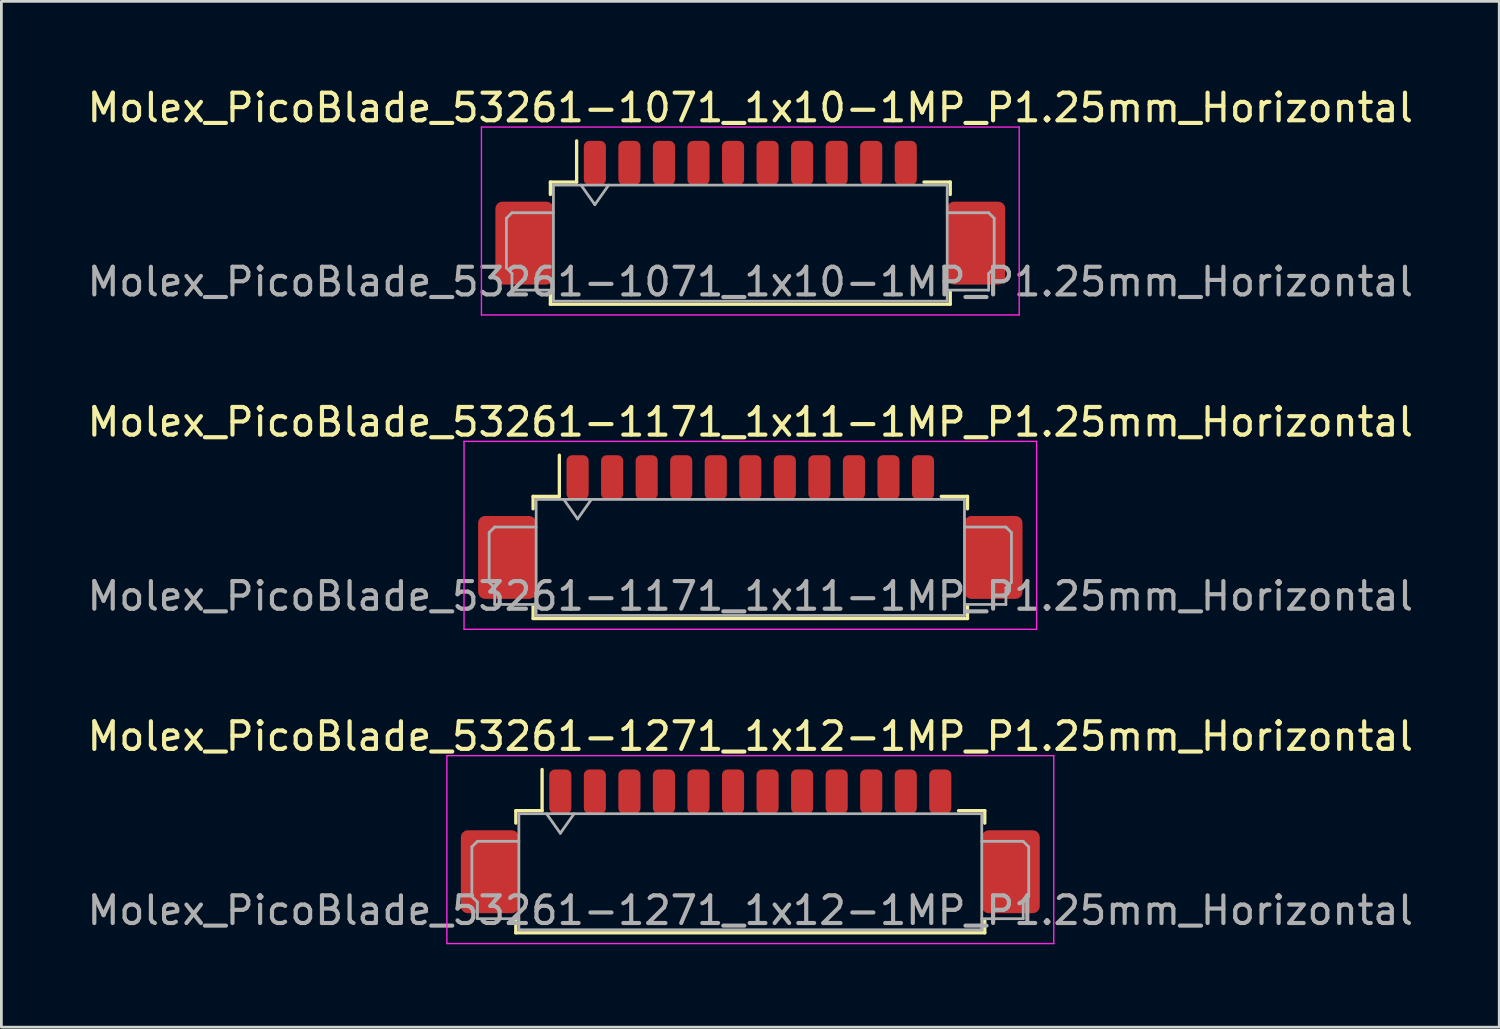
<source format=kicad_pcb>
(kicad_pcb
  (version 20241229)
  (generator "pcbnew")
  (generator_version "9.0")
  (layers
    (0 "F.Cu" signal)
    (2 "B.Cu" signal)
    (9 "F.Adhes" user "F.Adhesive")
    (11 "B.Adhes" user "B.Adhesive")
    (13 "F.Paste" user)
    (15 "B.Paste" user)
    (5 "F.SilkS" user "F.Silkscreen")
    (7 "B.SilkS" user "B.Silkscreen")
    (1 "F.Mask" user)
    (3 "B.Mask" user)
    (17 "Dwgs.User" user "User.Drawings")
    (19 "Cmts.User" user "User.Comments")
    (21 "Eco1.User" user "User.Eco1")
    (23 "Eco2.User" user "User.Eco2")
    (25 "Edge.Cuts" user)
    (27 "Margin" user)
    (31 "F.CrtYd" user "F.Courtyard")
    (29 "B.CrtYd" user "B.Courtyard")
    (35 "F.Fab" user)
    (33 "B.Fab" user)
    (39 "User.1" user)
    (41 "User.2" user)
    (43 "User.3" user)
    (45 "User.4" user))
  (footprint "Molex_PicoBlade_53261-1171_1x11-1MP_P1.25mm_Horizontal"
    (layer "F.Cu")
    (at 24.101 16.622)
    (property "Reference" "Molex_PicoBlade_53261-1171_1x11-1MP_P1.25mm_Horizontal" (at 0 -4.4 0) (layer "F.SilkS") (effects (font (size 1 1) (thickness 0.15))))
    (attr smd)
    (fp_line (start -7.86 -1.71) (end -6.91 -1.71) (stroke (width 0.12) (type solid)) (layer "F.SilkS"))
    (fp_line (start -7.86 -1.26) (end -7.86 -1.71) (stroke (width 0.12) (type solid)) (layer "F.SilkS"))
    (fp_line (start -7.86 2.26) (end -7.86 2.71) (stroke (width 0.12) (type solid)) (layer "F.SilkS"))
    (fp_line (start -7.86 2.71) (end 7.86 2.71) (stroke (width 0.12) (type solid)) (layer "F.SilkS"))
    (fp_line (start -6.91 -1.71) (end -6.91 -3.2) (stroke (width 0.12) (type solid)) (layer "F.SilkS"))
    (fp_line (start 7.86 -1.71) (end 6.91 -1.71) (stroke (width 0.12) (type solid)) (layer "F.SilkS"))
    (fp_line (start 7.86 -1.26) (end 7.86 -1.71) (stroke (width 0.12) (type solid)) (layer "F.SilkS"))
    (fp_line (start 7.86 2.71) (end 7.86 2.26) (stroke (width 0.12) (type solid)) (layer "F.SilkS"))
    (fp_line (start -10.36 -3.7) (end -10.36 3.1) (stroke (width 0.05) (type solid)) (layer "F.CrtYd"))
    (fp_line (start -10.36 3.1) (end 10.36 3.1) (stroke (width 0.05) (type solid)) (layer "F.CrtYd"))
    (fp_line (start 10.36 -3.7) (end -10.36 -3.7) (stroke (width 0.05) (type solid)) (layer "F.CrtYd"))
    (fp_line (start 10.36 3.1) (end 10.36 -3.7) (stroke (width 0.05) (type solid)) (layer "F.CrtYd"))
    (fp_line (start -9.45 -0.4) (end -9.45 1.4) (stroke (width 0.1) (type solid)) (layer "F.Fab"))
    (fp_line (start -9.45 1.4) (end -9.25 1.6) (stroke (width 0.1) (type solid)) (layer "F.Fab"))
    (fp_line (start -9.25 -0.6) (end -9.45 -0.4) (stroke (width 0.1) (type solid)) (layer "F.Fab"))
    (fp_line (start -9.25 1.6) (end -9.25 2.2) (stroke (width 0.1) (type solid)) (layer "F.Fab"))
    (fp_line (start -9.25 2.2) (end -7.75 2.2) (stroke (width 0.1) (type solid)) (layer "F.Fab"))
    (fp_line (start -7.75 -1.6) (end -7.75 2.6) (stroke (width 0.1) (type solid)) (layer "F.Fab"))
    (fp_line (start -7.75 -1.6) (end 7.75 -1.6) (stroke (width 0.1) (type solid)) (layer "F.Fab"))
    (fp_line (start -7.75 -0.6) (end -9.25 -0.6) (stroke (width 0.1) (type solid)) (layer "F.Fab"))
    (fp_line (start -7.75 2.6) (end 7.75 2.6) (stroke (width 0.1) (type solid)) (layer "F.Fab"))
    (fp_line (start -6.75 -1.6) (end -6.25 -0.893) (stroke (width 0.1) (type solid)) (layer "F.Fab"))
    (fp_line (start -6.25 -0.893) (end -5.75 -1.6) (stroke (width 0.1) (type solid)) (layer "F.Fab"))
    (fp_line (start 7.75 -1.6) (end 7.75 2.6) (stroke (width 0.1) (type solid)) (layer "F.Fab"))
    (fp_line (start 7.75 -0.6) (end 9.25 -0.6) (stroke (width 0.1) (type solid)) (layer "F.Fab"))
    (fp_line (start 9.25 -0.6) (end 9.45 -0.4) (stroke (width 0.1) (type solid)) (layer "F.Fab"))
    (fp_line (start 9.25 1.6) (end 9.25 2.2) (stroke (width 0.1) (type solid)) (layer "F.Fab"))
    (fp_line (start 9.25 2.2) (end 7.75 2.2) (stroke (width 0.1) (type solid)) (layer "F.Fab"))
    (fp_line (start 9.45 -0.4) (end 9.45 1.4) (stroke (width 0.1) (type solid)) (layer "F.Fab"))
    (fp_line (start 9.45 1.4) (end 9.25 1.6) (stroke (width 0.1) (type solid)) (layer "F.Fab"))
    (fp_text user "${REFERENCE}" (at 0 1.9 0) (layer "F.Fab") (effects (font (size 1 1) (thickness 0.15))))
    (pad "1" smd roundrect (at -6.25 -2.4) (size 0.8 1.6) (layers "F.Cu" "F.Mask" "F.Paste") (roundrect_rratio 0.25))
    (pad "2" smd roundrect (at -5 -2.4) (size 0.8 1.6) (layers "F.Cu" "F.Mask" "F.Paste") (roundrect_rratio 0.25))
    (pad "3" smd roundrect (at -3.75 -2.4) (size 0.8 1.6) (layers "F.Cu" "F.Mask" "F.Paste") (roundrect_rratio 0.25))
    (pad "4" smd roundrect (at -2.5 -2.4) (size 0.8 1.6) (layers "F.Cu" "F.Mask" "F.Paste") (roundrect_rratio 0.25))
    (pad "5" smd roundrect (at -1.25 -2.4) (size 0.8 1.6) (layers "F.Cu" "F.Mask" "F.Paste") (roundrect_rratio 0.25))
    (pad "6" smd roundrect (at 0 -2.4) (size 0.8 1.6) (layers "F.Cu" "F.Mask" "F.Paste") (roundrect_rratio 0.25))
    (pad "7" smd roundrect (at 1.25 -2.4) (size 0.8 1.6) (layers "F.Cu" "F.Mask" "F.Paste") (roundrect_rratio 0.25))
    (pad "8" smd roundrect (at 2.5 -2.4) (size 0.8 1.6) (layers "F.Cu" "F.Mask" "F.Paste") (roundrect_rratio 0.25))
    (pad "9" smd roundrect (at 3.75 -2.4) (size 0.8 1.6) (layers "F.Cu" "F.Mask" "F.Paste") (roundrect_rratio 0.25))
    (pad "10" smd roundrect (at 5 -2.4) (size 0.8 1.6) (layers "F.Cu" "F.Mask" "F.Paste") (roundrect_rratio 0.25))
    (pad "11" smd roundrect (at 6.25 -2.4) (size 0.8 1.6) (layers "F.Cu" "F.Mask" "F.Paste") (roundrect_rratio 0.25))
    (pad "MP" smd roundrect (at -8.8 0.5) (size 2.1 3) (layers "F.Cu" "F.Mask" "F.Paste") (roundrect_rratio 0.119))
    (pad "MP" smd roundrect (at 8.8 0.5) (size 2.1 3) (layers "F.Cu" "F.Mask" "F.Paste") (roundrect_rratio 0.119)))
  (footprint "Molex_PicoBlade_53261-1071_1x10-1MP_P1.25mm_Horizontal"
    (layer "F.Cu")
    (at 24.101 5.248)
    (property "Reference" "Molex_PicoBlade_53261-1071_1x10-1MP_P1.25mm_Horizontal" (at 0 -4.4 0) (layer "F.SilkS") (effects (font (size 1 1) (thickness 0.15))))
    (attr smd)
    (fp_line (start -7.235 -1.71) (end -6.285 -1.71) (stroke (width 0.12) (type solid)) (layer "F.SilkS"))
    (fp_line (start -7.235 -1.26) (end -7.235 -1.71) (stroke (width 0.12) (type solid)) (layer "F.SilkS"))
    (fp_line (start -7.235 2.26) (end -7.235 2.71) (stroke (width 0.12) (type solid)) (layer "F.SilkS"))
    (fp_line (start -7.235 2.71) (end 7.235 2.71) (stroke (width 0.12) (type solid)) (layer "F.SilkS"))
    (fp_line (start -6.285 -1.71) (end -6.285 -3.2) (stroke (width 0.12) (type solid)) (layer "F.SilkS"))
    (fp_line (start 7.235 -1.71) (end 6.285 -1.71) (stroke (width 0.12) (type solid)) (layer "F.SilkS"))
    (fp_line (start 7.235 -1.26) (end 7.235 -1.71) (stroke (width 0.12) (type solid)) (layer "F.SilkS"))
    (fp_line (start 7.235 2.71) (end 7.235 2.26) (stroke (width 0.12) (type solid)) (layer "F.SilkS"))
    (fp_line (start -9.73 -3.7) (end -9.73 3.1) (stroke (width 0.05) (type solid)) (layer "F.CrtYd"))
    (fp_line (start -9.73 3.1) (end 9.73 3.1) (stroke (width 0.05) (type solid)) (layer "F.CrtYd"))
    (fp_line (start 9.73 -3.7) (end -9.73 -3.7) (stroke (width 0.05) (type solid)) (layer "F.CrtYd"))
    (fp_line (start 9.73 3.1) (end 9.73 -3.7) (stroke (width 0.05) (type solid)) (layer "F.CrtYd"))
    (fp_line (start -8.825 -0.4) (end -8.825 1.4) (stroke (width 0.1) (type solid)) (layer "F.Fab"))
    (fp_line (start -8.825 1.4) (end -8.625 1.6) (stroke (width 0.1) (type solid)) (layer "F.Fab"))
    (fp_line (start -8.625 -0.6) (end -8.825 -0.4) (stroke (width 0.1) (type solid)) (layer "F.Fab"))
    (fp_line (start -8.625 1.6) (end -8.625 2.2) (stroke (width 0.1) (type solid)) (layer "F.Fab"))
    (fp_line (start -8.625 2.2) (end -7.125 2.2) (stroke (width 0.1) (type solid)) (layer "F.Fab"))
    (fp_line (start -7.125 -1.6) (end -7.125 2.6) (stroke (width 0.1) (type solid)) (layer "F.Fab"))
    (fp_line (start -7.125 -1.6) (end 7.125 -1.6) (stroke (width 0.1) (type solid)) (layer "F.Fab"))
    (fp_line (start -7.125 -0.6) (end -8.625 -0.6) (stroke (width 0.1) (type solid)) (layer "F.Fab"))
    (fp_line (start -7.125 2.6) (end 7.125 2.6) (stroke (width 0.1) (type solid)) (layer "F.Fab"))
    (fp_line (start -6.125 -1.6) (end -5.625 -0.893) (stroke (width 0.1) (type solid)) (layer "F.Fab"))
    (fp_line (start -5.625 -0.893) (end -5.125 -1.6) (stroke (width 0.1) (type solid)) (layer "F.Fab"))
    (fp_line (start 7.125 -1.6) (end 7.125 2.6) (stroke (width 0.1) (type solid)) (layer "F.Fab"))
    (fp_line (start 7.125 -0.6) (end 8.625 -0.6) (stroke (width 0.1) (type solid)) (layer "F.Fab"))
    (fp_line (start 8.625 -0.6) (end 8.825 -0.4) (stroke (width 0.1) (type solid)) (layer "F.Fab"))
    (fp_line (start 8.625 1.6) (end 8.625 2.2) (stroke (width 0.1) (type solid)) (layer "F.Fab"))
    (fp_line (start 8.625 2.2) (end 7.125 2.2) (stroke (width 0.1) (type solid)) (layer "F.Fab"))
    (fp_line (start 8.825 -0.4) (end 8.825 1.4) (stroke (width 0.1) (type solid)) (layer "F.Fab"))
    (fp_line (start 8.825 1.4) (end 8.625 1.6) (stroke (width 0.1) (type solid)) (layer "F.Fab"))
    (fp_text user "${REFERENCE}" (at 0 1.9 0) (layer "F.Fab") (effects (font (size 1 1) (thickness 0.15))))
    (pad "1" smd roundrect (at -5.625 -2.4) (size 0.8 1.6) (layers "F.Cu" "F.Mask" "F.Paste") (roundrect_rratio 0.25))
    (pad "2" smd roundrect (at -4.375 -2.4) (size 0.8 1.6) (layers "F.Cu" "F.Mask" "F.Paste") (roundrect_rratio 0.25))
    (pad "3" smd roundrect (at -3.125 -2.4) (size 0.8 1.6) (layers "F.Cu" "F.Mask" "F.Paste") (roundrect_rratio 0.25))
    (pad "4" smd roundrect (at -1.875 -2.4) (size 0.8 1.6) (layers "F.Cu" "F.Mask" "F.Paste") (roundrect_rratio 0.25))
    (pad "5" smd roundrect (at -0.625 -2.4) (size 0.8 1.6) (layers "F.Cu" "F.Mask" "F.Paste") (roundrect_rratio 0.25))
    (pad "6" smd roundrect (at 0.625 -2.4) (size 0.8 1.6) (layers "F.Cu" "F.Mask" "F.Paste") (roundrect_rratio 0.25))
    (pad "7" smd roundrect (at 1.875 -2.4) (size 0.8 1.6) (layers "F.Cu" "F.Mask" "F.Paste") (roundrect_rratio 0.25))
    (pad "8" smd roundrect (at 3.125 -2.4) (size 0.8 1.6) (layers "F.Cu" "F.Mask" "F.Paste") (roundrect_rratio 0.25))
    (pad "9" smd roundrect (at 4.375 -2.4) (size 0.8 1.6) (layers "F.Cu" "F.Mask" "F.Paste") (roundrect_rratio 0.25))
    (pad "10" smd roundrect (at 5.625 -2.4) (size 0.8 1.6) (layers "F.Cu" "F.Mask" "F.Paste") (roundrect_rratio 0.25))
    (pad "MP" smd roundrect (at -8.175 0.5) (size 2.1 3) (layers "F.Cu" "F.Mask" "F.Paste") (roundrect_rratio 0.119))
    (pad "MP" smd roundrect (at 8.175 0.5) (size 2.1 3) (layers "F.Cu" "F.Mask" "F.Paste") (roundrect_rratio 0.119)))
  (footprint "Molex_PicoBlade_53261-1271_1x12-1MP_P1.25mm_Horizontal"
    (layer "F.Cu")
    (at 24.101 27.995)
    (property "Reference" "Molex_PicoBlade_53261-1271_1x12-1MP_P1.25mm_Horizontal" (at 0 -4.4 0) (layer "F.SilkS") (effects (font (size 1 1) (thickness 0.15))))
    (attr smd)
    (fp_line (start -8.485 -1.71) (end -7.535 -1.71) (stroke (width 0.12) (type solid)) (layer "F.SilkS"))
    (fp_line (start -8.485 -1.26) (end -8.485 -1.71) (stroke (width 0.12) (type solid)) (layer "F.SilkS"))
    (fp_line (start -8.485 2.26) (end -8.485 2.71) (stroke (width 0.12) (type solid)) (layer "F.SilkS"))
    (fp_line (start -8.485 2.71) (end 8.485 2.71) (stroke (width 0.12) (type solid)) (layer "F.SilkS"))
    (fp_line (start -7.535 -1.71) (end -7.535 -3.2) (stroke (width 0.12) (type solid)) (layer "F.SilkS"))
    (fp_line (start 8.485 -1.71) (end 7.535 -1.71) (stroke (width 0.12) (type solid)) (layer "F.SilkS"))
    (fp_line (start 8.485 -1.26) (end 8.485 -1.71) (stroke (width 0.12) (type solid)) (layer "F.SilkS"))
    (fp_line (start 8.485 2.71) (end 8.485 2.26) (stroke (width 0.12) (type solid)) (layer "F.SilkS"))
    (fp_line (start -10.98 -3.7) (end -10.98 3.1) (stroke (width 0.05) (type solid)) (layer "F.CrtYd"))
    (fp_line (start -10.98 3.1) (end 10.98 3.1) (stroke (width 0.05) (type solid)) (layer "F.CrtYd"))
    (fp_line (start 10.98 -3.7) (end -10.98 -3.7) (stroke (width 0.05) (type solid)) (layer "F.CrtYd"))
    (fp_line (start 10.98 3.1) (end 10.98 -3.7) (stroke (width 0.05) (type solid)) (layer "F.CrtYd"))
    (fp_line (start -10.075 -0.4) (end -10.075 1.4) (stroke (width 0.1) (type solid)) (layer "F.Fab"))
    (fp_line (start -10.075 1.4) (end -9.875 1.6) (stroke (width 0.1) (type solid)) (layer "F.Fab"))
    (fp_line (start -9.875 -0.6) (end -10.075 -0.4) (stroke (width 0.1) (type solid)) (layer "F.Fab"))
    (fp_line (start -9.875 1.6) (end -9.875 2.2) (stroke (width 0.1) (type solid)) (layer "F.Fab"))
    (fp_line (start -9.875 2.2) (end -8.375 2.2) (stroke (width 0.1) (type solid)) (layer "F.Fab"))
    (fp_line (start -8.375 -1.6) (end -8.375 2.6) (stroke (width 0.1) (type solid)) (layer "F.Fab"))
    (fp_line (start -8.375 -1.6) (end 8.375 -1.6) (stroke (width 0.1) (type solid)) (layer "F.Fab"))
    (fp_line (start -8.375 -0.6) (end -9.875 -0.6) (stroke (width 0.1) (type solid)) (layer "F.Fab"))
    (fp_line (start -8.375 2.6) (end 8.375 2.6) (stroke (width 0.1) (type solid)) (layer "F.Fab"))
    (fp_line (start -7.375 -1.6) (end -6.875 -0.893) (stroke (width 0.1) (type solid)) (layer "F.Fab"))
    (fp_line (start -6.875 -0.893) (end -6.375 -1.6) (stroke (width 0.1) (type solid)) (layer "F.Fab"))
    (fp_line (start 8.375 -1.6) (end 8.375 2.6) (stroke (width 0.1) (type solid)) (layer "F.Fab"))
    (fp_line (start 8.375 -0.6) (end 9.875 -0.6) (stroke (width 0.1) (type solid)) (layer "F.Fab"))
    (fp_line (start 9.875 -0.6) (end 10.075 -0.4) (stroke (width 0.1) (type solid)) (layer "F.Fab"))
    (fp_line (start 9.875 1.6) (end 9.875 2.2) (stroke (width 0.1) (type solid)) (layer "F.Fab"))
    (fp_line (start 9.875 2.2) (end 8.375 2.2) (stroke (width 0.1) (type solid)) (layer "F.Fab"))
    (fp_line (start 10.075 -0.4) (end 10.075 1.4) (stroke (width 0.1) (type solid)) (layer "F.Fab"))
    (fp_line (start 10.075 1.4) (end 9.875 1.6) (stroke (width 0.1) (type solid)) (layer "F.Fab"))
    (fp_text user "${REFERENCE}" (at 0 1.9 0) (layer "F.Fab") (effects (font (size 1 1) (thickness 0.15))))
    (pad "1" smd roundrect (at -6.875 -2.4) (size 0.8 1.6) (layers "F.Cu" "F.Mask" "F.Paste") (roundrect_rratio 0.25))
    (pad "2" smd roundrect (at -5.625 -2.4) (size 0.8 1.6) (layers "F.Cu" "F.Mask" "F.Paste") (roundrect_rratio 0.25))
    (pad "3" smd roundrect (at -4.375 -2.4) (size 0.8 1.6) (layers "F.Cu" "F.Mask" "F.Paste") (roundrect_rratio 0.25))
    (pad "4" smd roundrect (at -3.125 -2.4) (size 0.8 1.6) (layers "F.Cu" "F.Mask" "F.Paste") (roundrect_rratio 0.25))
    (pad "5" smd roundrect (at -1.875 -2.4) (size 0.8 1.6) (layers "F.Cu" "F.Mask" "F.Paste") (roundrect_rratio 0.25))
    (pad "6" smd roundrect (at -0.625 -2.4) (size 0.8 1.6) (layers "F.Cu" "F.Mask" "F.Paste") (roundrect_rratio 0.25))
    (pad "7" smd roundrect (at 0.625 -2.4) (size 0.8 1.6) (layers "F.Cu" "F.Mask" "F.Paste") (roundrect_rratio 0.25))
    (pad "8" smd roundrect (at 1.875 -2.4) (size 0.8 1.6) (layers "F.Cu" "F.Mask" "F.Paste") (roundrect_rratio 0.25))
    (pad "9" smd roundrect (at 3.125 -2.4) (size 0.8 1.6) (layers "F.Cu" "F.Mask" "F.Paste") (roundrect_rratio 0.25))
    (pad "10" smd roundrect (at 4.375 -2.4) (size 0.8 1.6) (layers "F.Cu" "F.Mask" "F.Paste") (roundrect_rratio 0.25))
    (pad "11" smd roundrect (at 5.625 -2.4) (size 0.8 1.6) (layers "F.Cu" "F.Mask" "F.Paste") (roundrect_rratio 0.25))
    (pad "12" smd roundrect (at 6.875 -2.4) (size 0.8 1.6) (layers "F.Cu" "F.Mask" "F.Paste") (roundrect_rratio 0.25))
    (pad "MP" smd roundrect (at -9.425 0.5) (size 2.1 3) (layers "F.Cu" "F.Mask" "F.Paste") (roundrect_rratio 0.119))
    (pad "MP" smd roundrect (at 9.425 0.5) (size 2.1 3) (layers "F.Cu" "F.Mask" "F.Paste") (roundrect_rratio 0.119)))
  (gr_rect
    (start -3 -3)
    (end 51.202 34.12)
    (stroke (width 0.1) (type default))
    (fill no)
    (layer "Edge.Cuts")))
</source>
